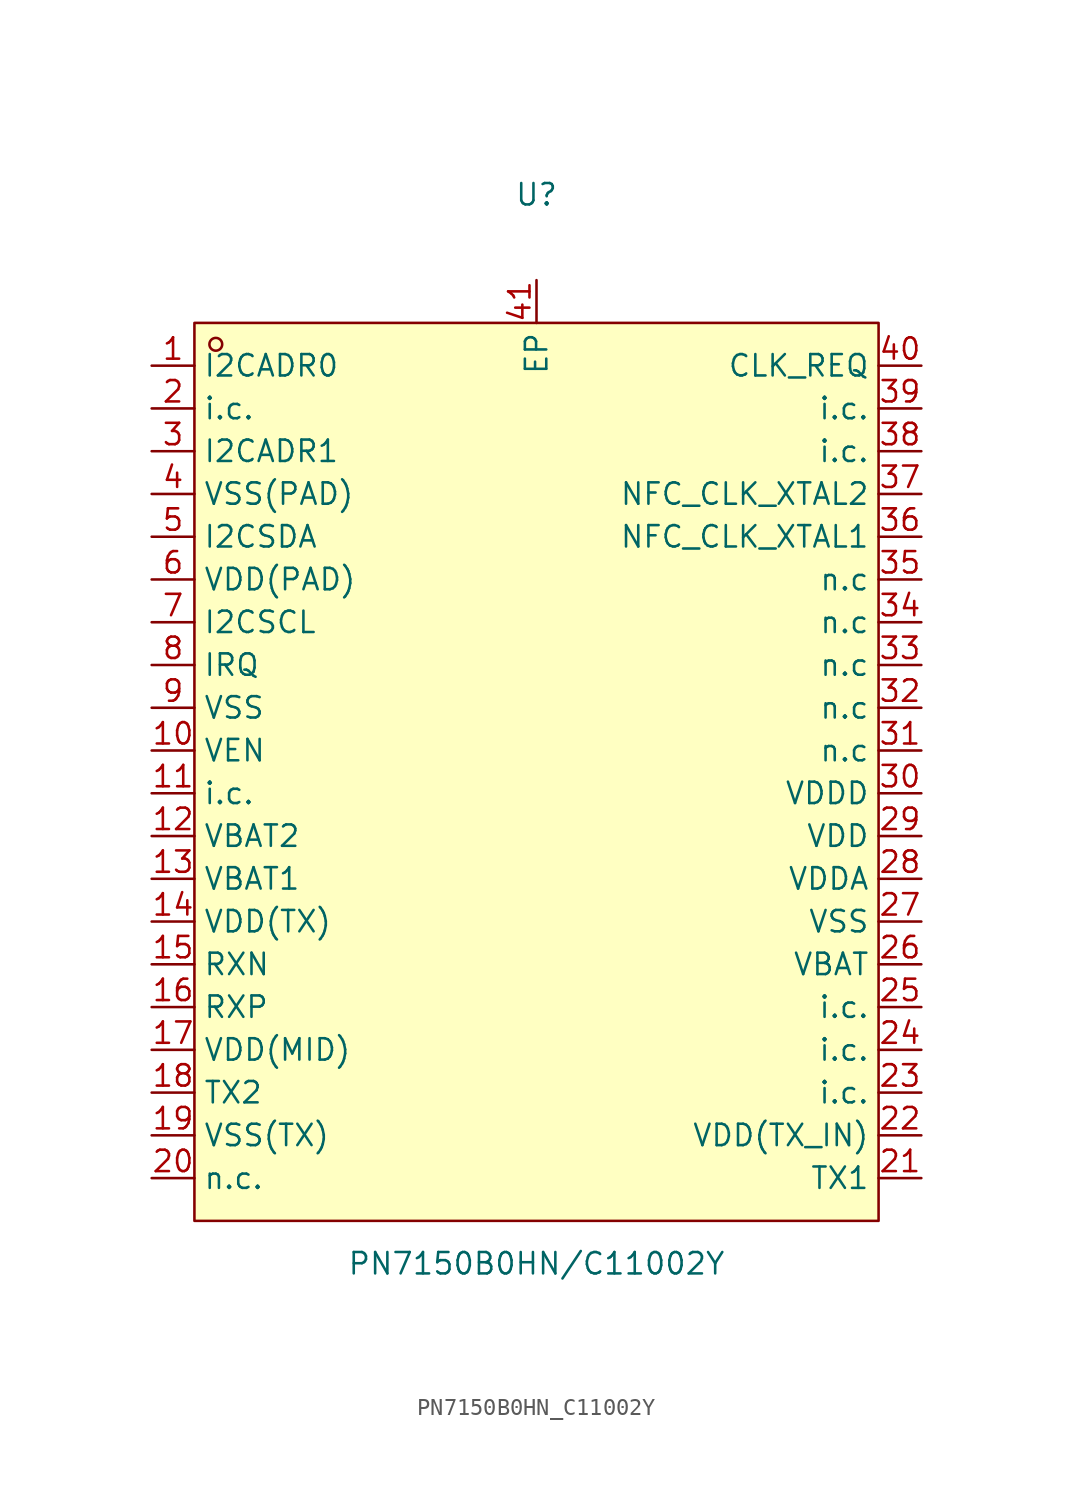
<source format=kicad_sym>
(kicad_symbol_lib
  (version 20211014)
  (generator https://github.com/uPesy/easyeda2kicad.py)
  (symbol "PN7150B0HN_C11002Y"
    (property "Reference" "U"
      (at 0 34.29 0)
      (effects (font (size 1.27 1.27))))
    (property "Value" "PN7150B0HN/C11002Y"
      (at 0 -29.21 0)
      (effects (font (size 1.27 1.27))))
    (symbol "PN7150B0HN_C11002Y_0_1"
      (rectangle (start -20.32 26.67) (end 20.32 -26.67) (stroke (width 0) (type default) (color 0 0 0 0)) (fill (type background)))
      (circle (center -19.05 25.40) (radius 0.38) (stroke (width 0) (type default) (color 0 0 0 0)) (fill (type none)))
      (pin unspecified line (at -22.86 24.13 0) (length 2.54) (name "I2CADR0" (effects (font (size 1.27 1.27)))) (number "1" (effects (font (size 1.27 1.27)))))
      (pin unspecified line (at -22.86 21.59 0) (length 2.54) (name "i.c." (effects (font (size 1.27 1.27)))) (number "2" (effects (font (size 1.27 1.27)))))
      (pin unspecified line (at -22.86 19.05 0) (length 2.54) (name "I2CADR1" (effects (font (size 1.27 1.27)))) (number "3" (effects (font (size 1.27 1.27)))))
      (pin unspecified line (at -22.86 16.51 0) (length 2.54) (name "VSS(PAD)" (effects (font (size 1.27 1.27)))) (number "4" (effects (font (size 1.27 1.27)))))
      (pin unspecified line (at -22.86 13.97 0) (length 2.54) (name "I2CSDA" (effects (font (size 1.27 1.27)))) (number "5" (effects (font (size 1.27 1.27)))))
      (pin unspecified line (at -22.86 11.43 0) (length 2.54) (name "VDD(PAD)" (effects (font (size 1.27 1.27)))) (number "6" (effects (font (size 1.27 1.27)))))
      (pin unspecified line (at -22.86 8.89 0) (length 2.54) (name "I2CSCL" (effects (font (size 1.27 1.27)))) (number "7" (effects (font (size 1.27 1.27)))))
      (pin unspecified line (at -22.86 6.35 0) (length 2.54) (name "IRQ" (effects (font (size 1.27 1.27)))) (number "8" (effects (font (size 1.27 1.27)))))
      (pin unspecified line (at -22.86 3.81 0) (length 2.54) (name "VSS" (effects (font (size 1.27 1.27)))) (number "9" (effects (font (size 1.27 1.27)))))
      (pin unspecified line (at -22.86 1.27 0) (length 2.54) (name "VEN" (effects (font (size 1.27 1.27)))) (number "10" (effects (font (size 1.27 1.27)))))
      (pin unspecified line (at -22.86 -1.27 0) (length 2.54) (name "i.c." (effects (font (size 1.27 1.27)))) (number "11" (effects (font (size 1.27 1.27)))))
      (pin unspecified line (at -22.86 -3.81 0) (length 2.54) (name "VBAT2" (effects (font (size 1.27 1.27)))) (number "12" (effects (font (size 1.27 1.27)))))
      (pin unspecified line (at -22.86 -6.35 0) (length 2.54) (name "VBAT1" (effects (font (size 1.27 1.27)))) (number "13" (effects (font (size 1.27 1.27)))))
      (pin unspecified line (at -22.86 -8.89 0) (length 2.54) (name "VDD(TX)" (effects (font (size 1.27 1.27)))) (number "14" (effects (font (size 1.27 1.27)))))
      (pin unspecified line (at -22.86 -11.43 0) (length 2.54) (name "RXN" (effects (font (size 1.27 1.27)))) (number "15" (effects (font (size 1.27 1.27)))))
      (pin unspecified line (at -22.86 -13.97 0) (length 2.54) (name "RXP" (effects (font (size 1.27 1.27)))) (number "16" (effects (font (size 1.27 1.27)))))
      (pin unspecified line (at -22.86 -16.51 0) (length 2.54) (name "VDD(MID)" (effects (font (size 1.27 1.27)))) (number "17" (effects (font (size 1.27 1.27)))))
      (pin unspecified line (at -22.86 -19.05 0) (length 2.54) (name "TX2" (effects (font (size 1.27 1.27)))) (number "18" (effects (font (size 1.27 1.27)))))
      (pin unspecified line (at -22.86 -21.59 0) (length 2.54) (name "VSS(TX)" (effects (font (size 1.27 1.27)))) (number "19" (effects (font (size 1.27 1.27)))))
      (pin unspecified line (at -22.86 -24.13 0) (length 2.54) (name "n.c." (effects (font (size 1.27 1.27)))) (number "20" (effects (font (size 1.27 1.27)))))
      (pin unspecified line (at 22.86 -24.13 180) (length 2.54) (name "TX1" (effects (font (size 1.27 1.27)))) (number "21" (effects (font (size 1.27 1.27)))))
      (pin unspecified line (at 22.86 -21.59 180) (length 2.54) (name "VDD(TX_IN)" (effects (font (size 1.27 1.27)))) (number "22" (effects (font (size 1.27 1.27)))))
      (pin unspecified line (at 22.86 -19.05 180) (length 2.54) (name "i.c." (effects (font (size 1.27 1.27)))) (number "23" (effects (font (size 1.27 1.27)))))
      (pin unspecified line (at 22.86 -16.51 180) (length 2.54) (name "i.c." (effects (font (size 1.27 1.27)))) (number "24" (effects (font (size 1.27 1.27)))))
      (pin unspecified line (at 22.86 -13.97 180) (length 2.54) (name "i.c." (effects (font (size 1.27 1.27)))) (number "25" (effects (font (size 1.27 1.27)))))
      (pin unspecified line (at 22.86 -11.43 180) (length 2.54) (name "VBAT" (effects (font (size 1.27 1.27)))) (number "26" (effects (font (size 1.27 1.27)))))
      (pin unspecified line (at 22.86 -8.89 180) (length 2.54) (name "VSS" (effects (font (size 1.27 1.27)))) (number "27" (effects (font (size 1.27 1.27)))))
      (pin unspecified line (at 22.86 -6.35 180) (length 2.54) (name "VDDA" (effects (font (size 1.27 1.27)))) (number "28" (effects (font (size 1.27 1.27)))))
      (pin unspecified line (at 22.86 -3.81 180) (length 2.54) (name "VDD" (effects (font (size 1.27 1.27)))) (number "29" (effects (font (size 1.27 1.27)))))
      (pin unspecified line (at 22.86 -1.27 180) (length 2.54) (name "VDDD" (effects (font (size 1.27 1.27)))) (number "30" (effects (font (size 1.27 1.27)))))
      (pin unspecified line (at 22.86 1.27 180) (length 2.54) (name "n.c" (effects (font (size 1.27 1.27)))) (number "31" (effects (font (size 1.27 1.27)))))
      (pin unspecified line (at 22.86 3.81 180) (length 2.54) (name "n.c" (effects (font (size 1.27 1.27)))) (number "32" (effects (font (size 1.27 1.27)))))
      (pin unspecified line (at 22.86 6.35 180) (length 2.54) (name "n.c" (effects (font (size 1.27 1.27)))) (number "33" (effects (font (size 1.27 1.27)))))
      (pin unspecified line (at 22.86 8.89 180) (length 2.54) (name "n.c" (effects (font (size 1.27 1.27)))) (number "34" (effects (font (size 1.27 1.27)))))
      (pin unspecified line (at 22.86 11.43 180) (length 2.54) (name "n.c" (effects (font (size 1.27 1.27)))) (number "35" (effects (font (size 1.27 1.27)))))
      (pin unspecified line (at 22.86 13.97 180) (length 2.54) (name "NFC_CLK_XTAL1" (effects (font (size 1.27 1.27)))) (number "36" (effects (font (size 1.27 1.27)))))
      (pin unspecified line (at 22.86 16.51 180) (length 2.54) (name "NFC_CLK_XTAL2" (effects (font (size 1.27 1.27)))) (number "37" (effects (font (size 1.27 1.27)))))
      (pin unspecified line (at 22.86 19.05 180) (length 2.54) (name "i.c." (effects (font (size 1.27 1.27)))) (number "38" (effects (font (size 1.27 1.27)))))
      (pin unspecified line (at 22.86 21.59 180) (length 2.54) (name "i.c." (effects (font (size 1.27 1.27)))) (number "39" (effects (font (size 1.27 1.27)))))
      (pin unspecified line (at 22.86 24.13 180) (length 2.54) (name "CLK_REQ" (effects (font (size 1.27 1.27)))) (number "40" (effects (font (size 1.27 1.27)))))
      (pin unspecified line (at 0.00 29.21 270) (length 2.54) (name "EP" (effects (font (size 1.27 1.27)))) (number "41" (effects (font (size 1.27 1.27))))))))
</source>
